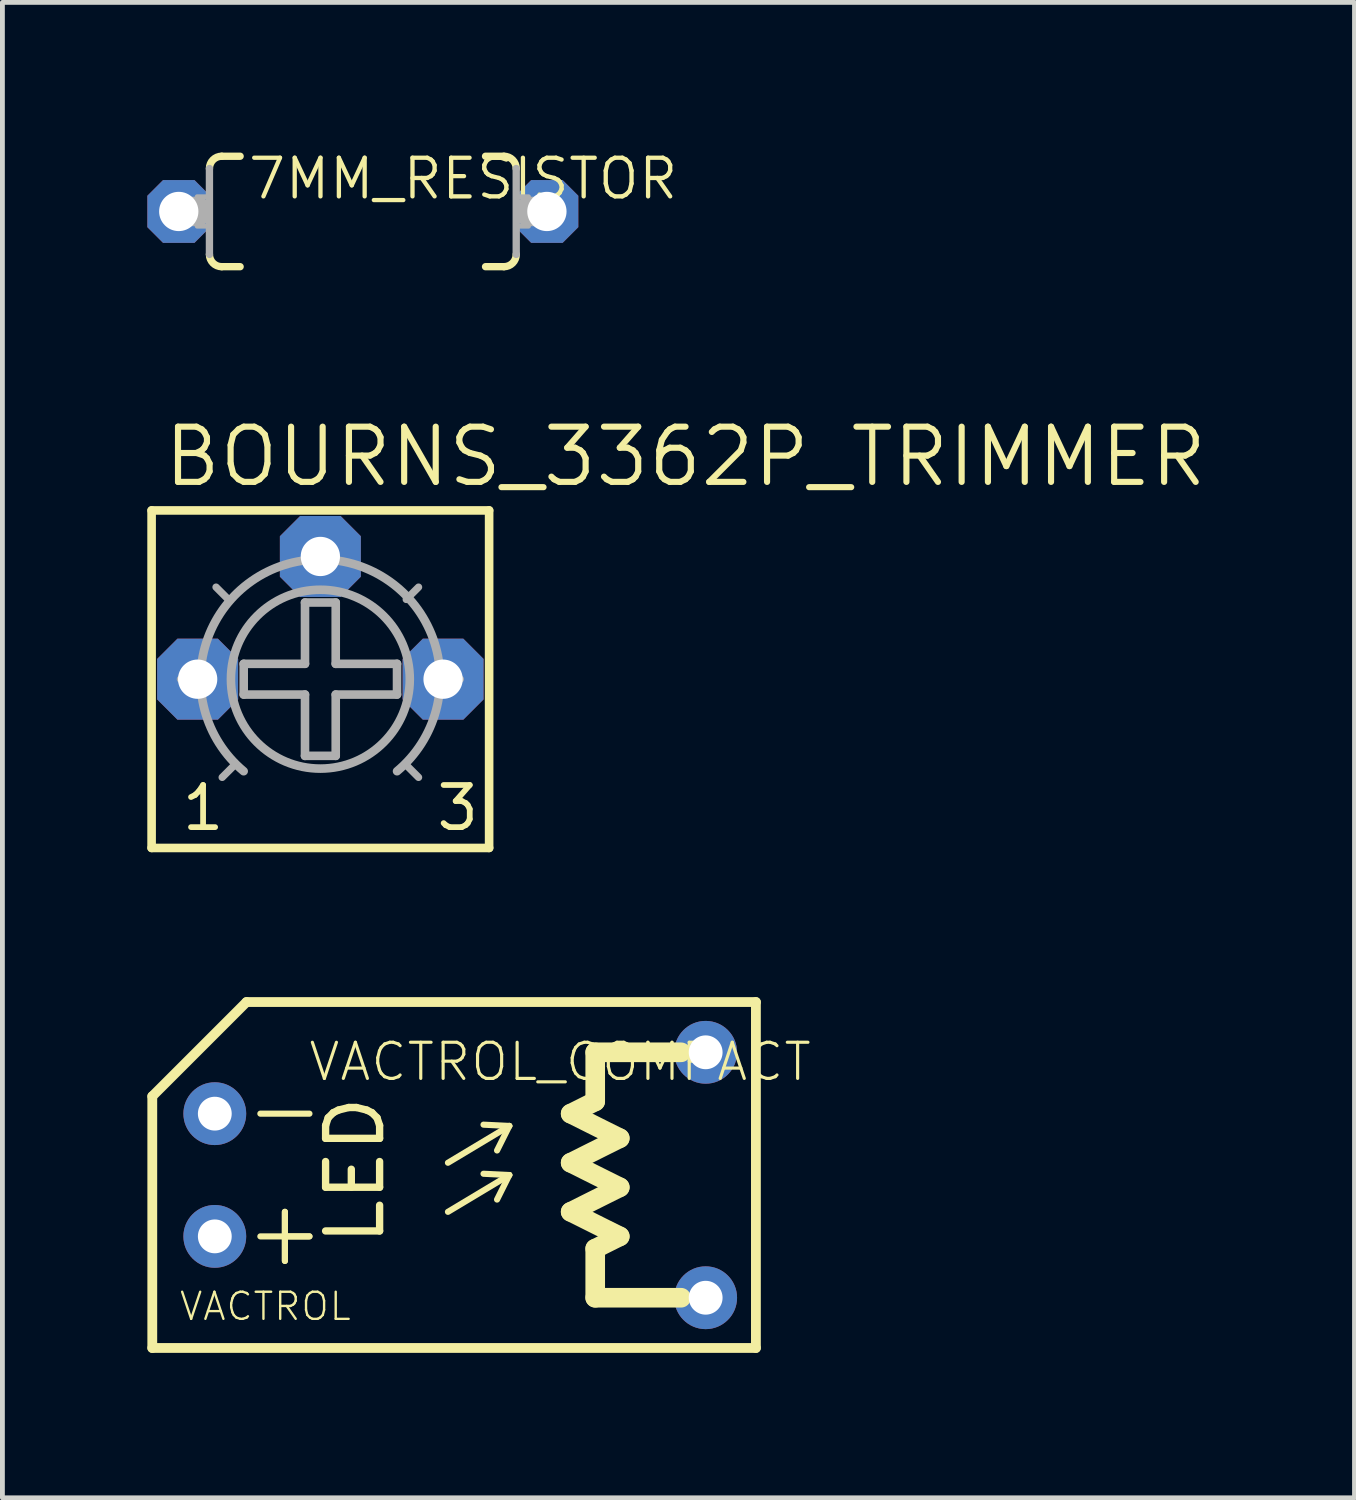
<source format=kicad_pcb>
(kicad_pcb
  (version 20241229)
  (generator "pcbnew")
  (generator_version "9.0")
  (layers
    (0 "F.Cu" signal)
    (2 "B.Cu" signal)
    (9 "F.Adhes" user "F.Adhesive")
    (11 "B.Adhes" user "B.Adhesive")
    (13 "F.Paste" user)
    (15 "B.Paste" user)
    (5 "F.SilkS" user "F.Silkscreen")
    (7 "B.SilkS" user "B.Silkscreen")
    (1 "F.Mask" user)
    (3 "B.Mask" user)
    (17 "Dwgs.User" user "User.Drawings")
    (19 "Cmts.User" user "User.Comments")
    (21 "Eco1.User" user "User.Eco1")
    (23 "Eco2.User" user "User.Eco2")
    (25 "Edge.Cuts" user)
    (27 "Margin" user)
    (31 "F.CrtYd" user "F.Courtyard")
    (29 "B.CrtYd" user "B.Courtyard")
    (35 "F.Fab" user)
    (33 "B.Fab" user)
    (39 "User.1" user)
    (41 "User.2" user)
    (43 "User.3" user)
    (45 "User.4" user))
  (footprint "BOURNS_3362P_TRIMMER"
    (layer "F.Cu")
    (at 3.581 11.008)
    (property "Reference" "BOURNS_3362P_TRIMMER" (at -3.302 -3.937 0) (layer "F.SilkS") (effects (font (size 1.143 1.143) (thickness 0.127)) (justify left bottom)))
    (fp_line (start -3.493 -3.493) (end 3.493 -3.493) (stroke (width 0.178) (type solid)) (layer "F.SilkS"))
    (fp_line (start -3.493 3.493) (end -3.493 -3.493) (stroke (width 0.178) (type solid)) (layer "F.SilkS"))
    (fp_line (start 3.493 -3.493) (end 3.493 3.493) (stroke (width 0.178) (type solid)) (layer "F.SilkS"))
    (fp_line (start 3.493 3.493) (end -3.493 3.493) (stroke (width 0.178) (type solid)) (layer "F.SilkS"))
    (fp_line (start -2.515 0) (end -2.896 0) (stroke (width 0.152) (type solid)) (layer "F.Fab"))
    (fp_line (start -1.905 -1.651) (end -2.159 -1.905) (stroke (width 0.152) (type solid)) (layer "F.Fab"))
    (fp_line (start -1.778 1.778) (end -2.032 2.032) (stroke (width 0.152) (type solid)) (layer "F.Fab"))
    (fp_line (start -1.587 -0.318) (end -0.318 -0.318) (stroke (width 0.178) (type solid)) (layer "F.Fab"))
    (fp_line (start -1.587 0.318) (end -1.587 -0.318) (stroke (width 0.178) (type solid)) (layer "F.Fab"))
    (fp_line (start -0.318 -1.587) (end 0.318 -1.587) (stroke (width 0.178) (type solid)) (layer "F.Fab"))
    (fp_line (start -0.318 -0.318) (end -0.318 -1.587) (stroke (width 0.178) (type solid)) (layer "F.Fab"))
    (fp_line (start -0.318 0.318) (end -1.587 0.318) (stroke (width 0.178) (type solid)) (layer "F.Fab"))
    (fp_line (start -0.318 1.587) (end -0.318 0.318) (stroke (width 0.178) (type solid)) (layer "F.Fab"))
    (fp_line (start 0 -2.464) (end 0 -2.845) (stroke (width 0.152) (type solid)) (layer "F.Fab"))
    (fp_line (start 0.318 -1.587) (end 0.318 -0.318) (stroke (width 0.178) (type solid)) (layer "F.Fab"))
    (fp_line (start 0.318 -0.318) (end 1.587 -0.318) (stroke (width 0.178) (type solid)) (layer "F.Fab"))
    (fp_line (start 0.318 0.318) (end 0.318 1.587) (stroke (width 0.178) (type solid)) (layer "F.Fab"))
    (fp_line (start 0.318 1.587) (end -0.318 1.587) (stroke (width 0.178) (type solid)) (layer "F.Fab"))
    (fp_line (start 1.587 -0.318) (end 1.587 0.318) (stroke (width 0.178) (type solid)) (layer "F.Fab"))
    (fp_line (start 1.587 0.318) (end 0.318 0.318) (stroke (width 0.178) (type solid)) (layer "F.Fab"))
    (fp_line (start 1.778 -1.651) (end 2.032 -1.905) (stroke (width 0.152) (type solid)) (layer "F.Fab"))
    (fp_line (start 1.778 1.778) (end 2.032 2.032) (stroke (width 0.152) (type solid)) (layer "F.Fab"))
    (fp_line (start 2.515 0) (end 2.896 0) (stroke (width 0.152) (type solid)) (layer "F.Fab"))
    (fp_arc (start -1.5875 1.905) (mid 0 -2.479754) (end 1.5875 1.905) (stroke (width 0.1778) (type solid)) (layer "F.Fab"))
    (fp_circle (center 0 0) (end 1.851 0) (stroke (width 0.178) (type solid)) (fill no) (layer "F.Fab"))
    (fp_text user "1" (at -2.921 3.175 0) (layer "F.SilkS") (effects (font (size 0.872 0.872) (thickness 0.119)) (justify left bottom)))
    (fp_text user "3" (at 2.349 3.175 0) (layer "F.SilkS") (effects (font (size 0.872 0.872) (thickness 0.119)) (justify left bottom)))
    (pad "1" thru_hole roundrect (at -2.54 0) (size 1.676 1.676) (drill 0.813) (layers "*.Cu" "*.Mask") (roundrect_rratio 0.25) (chamfer_ratio 0.25) (chamfer top_left top_right bottom_left bottom_right))
    (pad "2" thru_hole roundrect (at 0 -2.54) (size 1.676 1.676) (drill 0.813) (layers "*.Cu" "*.Mask") (roundrect_rratio 0.25) (chamfer_ratio 0.25) (chamfer top_left top_right bottom_left bottom_right))
    (pad "3" thru_hole roundrect (at 2.54 0) (size 1.676 1.676) (drill 0.813) (layers "*.Cu" "*.Mask") (roundrect_rratio 0.25) (chamfer_ratio 0.25) (chamfer top_left top_right bottom_left bottom_right)))
  (footprint "VACTROL_COMPACT"
    (layer "F.Cu")
    (at 6.476 21.271)
    (property "Reference" "VACTROL_COMPACT" (at -3.175 -1.905 0) (layer "F.SilkS") (effects (font (size 0.748 0.748) (thickness 0.065)) (justify left bottom)))
    (fp_line (start -6.374 -1.63) (end -4.424 -3.58) (stroke (width 0.203) (type solid)) (layer "F.SilkS"))
    (fp_line (start -6.374 3.58) (end -6.374 -1.63) (stroke (width 0.203) (type solid)) (layer "F.SilkS"))
    (fp_line (start -4.424 -3.58) (end 6.12 -3.58) (stroke (width 0.203) (type solid)) (layer "F.SilkS"))
    (fp_line (start -4.137 1.27) (end -3.629 1.27) (stroke (width 0.127) (type solid)) (layer "F.SilkS"))
    (fp_line (start -3.629 0.762) (end -3.629 1.27) (stroke (width 0.127) (type solid)) (layer "F.SilkS"))
    (fp_line (start -3.629 1.27) (end -3.629 0.762) (stroke (width 0.127) (type solid)) (layer "F.SilkS"))
    (fp_line (start -3.629 1.27) (end -3.629 1.778) (stroke (width 0.127) (type solid)) (layer "F.SilkS"))
    (fp_line (start -3.629 1.27) (end -3.121 1.27) (stroke (width 0.127) (type solid)) (layer "F.SilkS"))
    (fp_line (start -3.629 1.778) (end -3.629 1.27) (stroke (width 0.127) (type solid)) (layer "F.SilkS"))
    (fp_line (start -3.121 -1.27) (end -4.137 -1.27) (stroke (width 0.127) (type solid)) (layer "F.SilkS"))
    (fp_line (start -3.121 1.27) (end -3.629 1.27) (stroke (width 0.127) (type solid)) (layer "F.SilkS"))
    (fp_line (start -0.254 -0.254) (end 1.016 -1.016) (stroke (width 0.127) (type solid)) (layer "F.SilkS"))
    (fp_line (start -0.254 0.762) (end 1.016 0) (stroke (width 0.127) (type solid)) (layer "F.SilkS"))
    (fp_line (start 0.482 -1.042) (end 1.016 -1.016) (stroke (width 0.127) (type solid)) (layer "F.SilkS"))
    (fp_line (start 0.482 -0.026) (end 1.016 0) (stroke (width 0.127) (type solid)) (layer "F.SilkS"))
    (fp_line (start 1.016 -1.016) (end 0.762 -0.508) (stroke (width 0.127) (type solid)) (layer "F.SilkS"))
    (fp_line (start 1.016 0) (end 0.762 0.508) (stroke (width 0.127) (type solid)) (layer "F.SilkS"))
    (fp_line (start 2.286 -1.27) (end 3.302 -0.762) (stroke (width 0.406) (type solid)) (layer "F.SilkS"))
    (fp_line (start 2.286 -0.254) (end 3.302 0.254) (stroke (width 0.406) (type solid)) (layer "F.SilkS"))
    (fp_line (start 2.286 0.762) (end 3.302 1.27) (stroke (width 0.406) (type solid)) (layer "F.SilkS"))
    (fp_line (start 2.794 -2.54) (end 4.572 -2.54) (stroke (width 0.406) (type solid)) (layer "F.SilkS"))
    (fp_line (start 2.794 -1.524) (end 2.286 -1.27) (stroke (width 0.406) (type solid)) (layer "F.SilkS"))
    (fp_line (start 2.794 -1.524) (end 2.794 -2.54) (stroke (width 0.406) (type solid)) (layer "F.SilkS"))
    (fp_line (start 2.794 1.524) (end 2.794 2.54) (stroke (width 0.406) (type solid)) (layer "F.SilkS"))
    (fp_line (start 2.794 2.54) (end 4.572 2.54) (stroke (width 0.406) (type solid)) (layer "F.SilkS"))
    (fp_line (start 3.302 -0.762) (end 2.286 -0.254) (stroke (width 0.406) (type solid)) (layer "F.SilkS"))
    (fp_line (start 3.302 0.254) (end 2.286 0.762) (stroke (width 0.406) (type solid)) (layer "F.SilkS"))
    (fp_line (start 3.302 1.27) (end 2.794 1.524) (stroke (width 0.406) (type solid)) (layer "F.SilkS"))
    (fp_line (start 6.12 -3.58) (end 6.12 3.58) (stroke (width 0.203) (type solid)) (layer "F.SilkS"))
    (fp_line (start 6.12 3.58) (end -6.374 3.58) (stroke (width 0.203) (type solid)) (layer "F.SilkS"))
    (fp_text user "VACTROL" (at -5.842 3.048 0) (layer "F.SilkS") (effects (font (size 0.561 0.561) (thickness 0.049)) (justify left bottom)))
    (fp_text user "LED" (at -1.524 1.524 90) (layer "F.SilkS") (effects (font (size 1.118 1.118) (thickness 0.152)) (justify left bottom)))
    (pad "LDR_BOTTOM" thru_hole circle (at 5.08 2.54) (size 1.3 1.3) (drill 0.7) (layers "*.Cu" "*.Mask"))
    (pad "LDR_TOP" thru_hole circle (at 5.08 -2.54) (size 1.3 1.3) (drill 0.7) (layers "*.Cu" "*.Mask"))
    (pad "LED+" thru_hole circle (at -5.08 1.27) (size 1.3 1.3) (drill 0.7) (layers "*.Cu" "*.Mask"))
    (pad "LED-" thru_hole circle (at -5.08 -1.27) (size 1.3 1.3) (drill 0.7) (layers "*.Cu" "*.Mask")))
  (footprint "7MM_RESISTOR"
    (layer "F.Cu")
    (at 4.46 1.327)
    (property "Reference" "7MM_RESISTOR" (at -2.421 -1.146 0) (layer "F.SilkS") (effects (font (size 0.8 0.8) (thickness 0.089)) (justify left top)))
    (fp_line (start -2.921 -1.143) (end -2.54 -1.143) (stroke (width 0.152) (type solid)) (layer "F.SilkS"))
    (fp_line (start -2.921 1.143) (end -2.54 1.143) (stroke (width 0.152) (type solid)) (layer "F.SilkS"))
    (fp_line (start 2.921 -1.143) (end 2.54 -1.143) (stroke (width 0.152) (type solid)) (layer "F.SilkS"))
    (fp_line (start 2.921 1.143) (end 2.54 1.143) (stroke (width 0.152) (type solid)) (layer "F.SilkS"))
    (fp_arc (start -3.175 -0.889) (mid -3.100605 -1.068605) (end -2.921 -1.143) (stroke (width 0.1524) (type solid)) (layer "F.SilkS"))
    (fp_arc (start -2.921 1.143) (mid -3.100605 1.068605) (end -3.175 0.889) (stroke (width 0.1524) (type solid)) (layer "F.SilkS"))
    (fp_arc (start 2.921 -1.143) (mid 3.100605 -1.068605) (end 3.175 -0.889) (stroke (width 0.1524) (type solid)) (layer "F.SilkS"))
    (fp_arc (start 3.175 0.889) (mid 3.100605 1.068605) (end 2.921 1.143) (stroke (width 0.1524) (type solid)) (layer "F.SilkS"))
    (fp_line (start -3.81 0) (end -3.429 0) (stroke (width 0.61) (type solid)) (layer "F.Fab"))
    (fp_line (start -3.175 0.889) (end -3.175 -0.889) (stroke (width 0.152) (type solid)) (layer "F.Fab"))
    (fp_line (start 3.175 0.889) (end 3.175 -0.889) (stroke (width 0.152) (type solid)) (layer "F.Fab"))
    (fp_line (start 3.429 0) (end 3.81 0) (stroke (width 0.61) (type solid)) (layer "F.Fab"))
    (fp_poly (pts (xy -3.429 0.305) (xy -3.175 0.305) (xy -3.175 -0.305) (xy -3.429 -0.305)) (stroke (width 0.1) (type solid)) (fill no) (layer "F.Fab"))
    (fp_poly (pts (xy 3.175 0.305) (xy 3.429 0.305) (xy 3.429 -0.305) (xy 3.175 -0.305)) (stroke (width 0.1) (type solid)) (fill no) (layer "F.Fab"))
    (pad "1" thru_hole roundrect (at -3.81 0) (size 1.3 1.3) (drill 0.813) (layers "*.Cu" "*.Mask") (roundrect_rratio 0.25) (chamfer_ratio 0.25) (chamfer top_left top_right bottom_left bottom_right))
    (pad "2" thru_hole roundrect (at 3.81 0) (size 1.3 1.3) (drill 0.813) (layers "*.Cu" "*.Mask") (roundrect_rratio 0.25) (chamfer_ratio 0.25) (chamfer top_left top_right bottom_left bottom_right)))
  (gr_rect
    (start -3 -3)
    (end 24.986 27.952)
    (stroke (width 0.1) (type default))
    (fill no)
    (layer "Edge.Cuts")))
</source>
